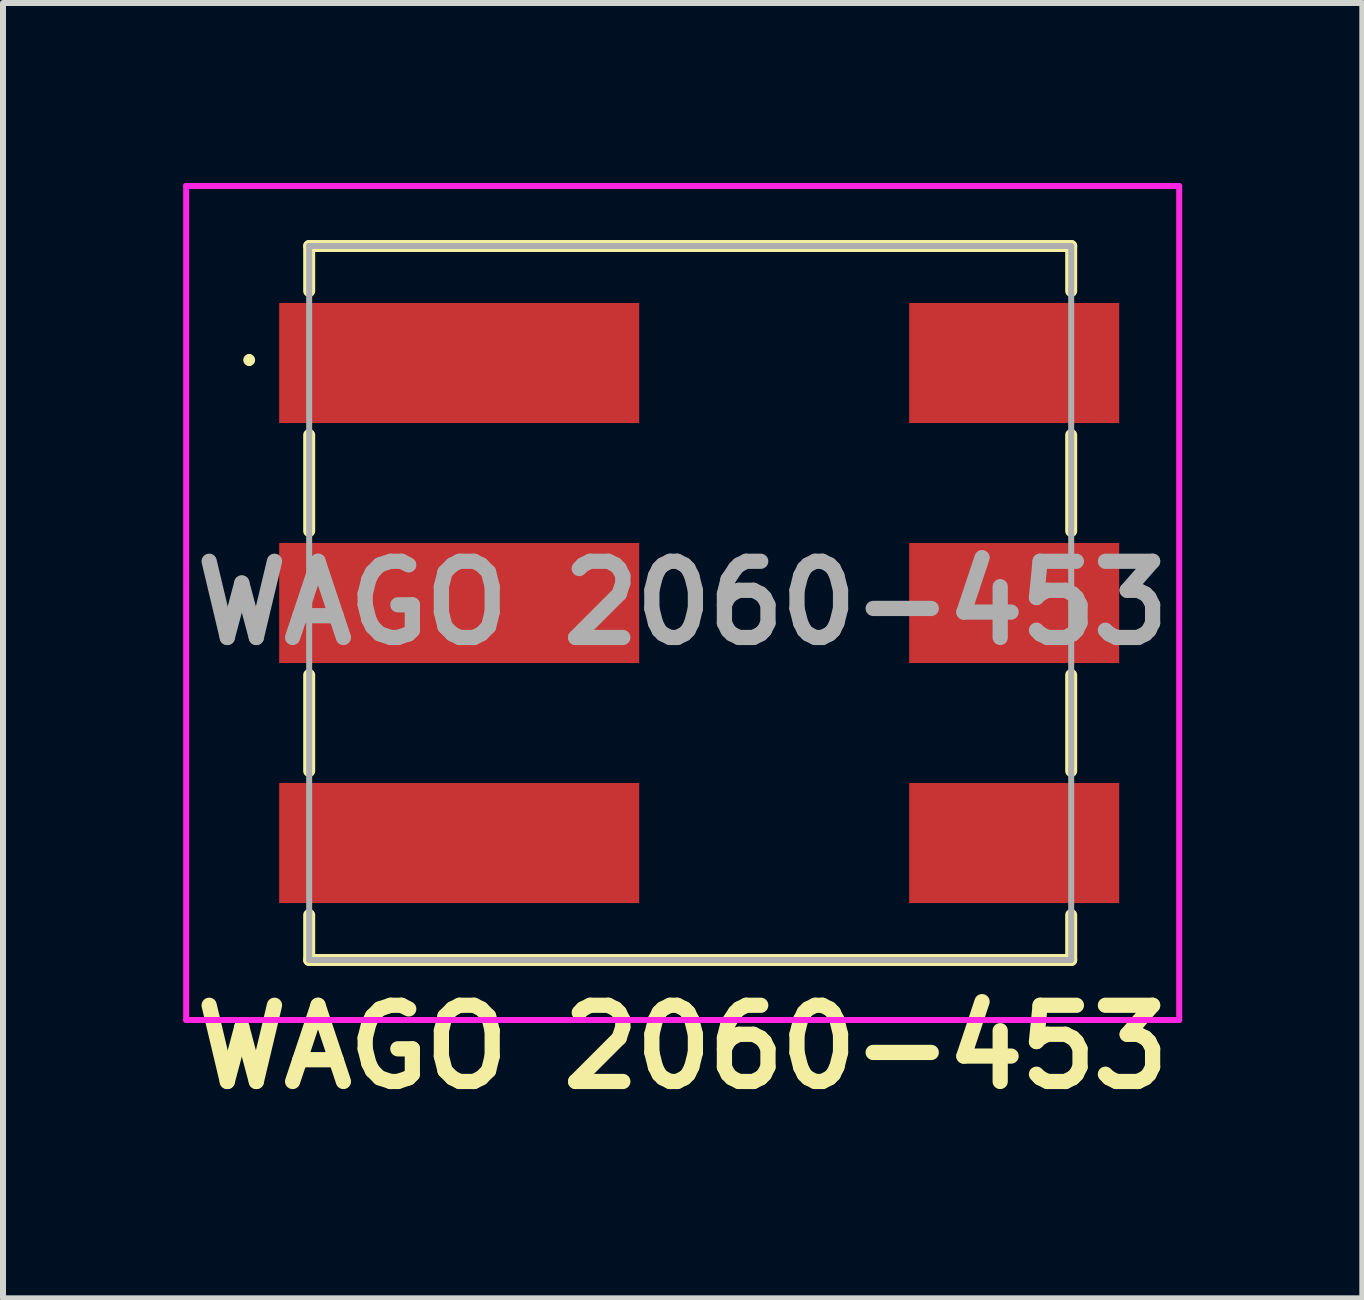
<source format=kicad_pcb>
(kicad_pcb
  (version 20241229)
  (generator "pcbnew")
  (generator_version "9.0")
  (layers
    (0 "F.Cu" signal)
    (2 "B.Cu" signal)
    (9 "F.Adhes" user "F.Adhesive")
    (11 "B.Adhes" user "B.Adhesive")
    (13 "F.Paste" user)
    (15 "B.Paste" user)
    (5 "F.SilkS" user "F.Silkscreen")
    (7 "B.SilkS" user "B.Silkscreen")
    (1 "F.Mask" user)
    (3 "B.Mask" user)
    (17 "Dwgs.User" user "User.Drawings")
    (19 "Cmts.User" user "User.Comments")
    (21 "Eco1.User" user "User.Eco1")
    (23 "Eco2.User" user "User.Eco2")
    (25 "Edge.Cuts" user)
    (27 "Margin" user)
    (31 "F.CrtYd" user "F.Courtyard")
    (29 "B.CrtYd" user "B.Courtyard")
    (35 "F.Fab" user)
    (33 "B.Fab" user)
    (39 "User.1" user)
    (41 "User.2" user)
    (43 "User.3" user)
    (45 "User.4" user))
  (footprint "WAGO 2060-453"
    (layer "F.Cu")
    (at 8.328 7)
    (property "Reference" "WAGO 2060-453" (at 0 7.4 0) (layer "F.SilkS") (effects (font (size 1.27 1.27) (thickness 0.254))))
    (attr smd)
    (fp_line (start -7.225 -4.1) (end -7.225 -4.1) (stroke (width 0.1) (type solid)) (layer "F.SilkS"))
    (fp_line (start -7.225 -4) (end -7.225 -4) (stroke (width 0.1) (type solid)) (layer "F.SilkS"))
    (fp_line (start -6.225 -5.95) (end 6.475 -5.95) (stroke (width 0.2) (type solid)) (layer "F.SilkS"))
    (fp_line (start -6.225 -5.2) (end -6.225 -5.95) (stroke (width 0.2) (type solid)) (layer "F.SilkS"))
    (fp_line (start -6.225 -2.8) (end -6.225 -1.2) (stroke (width 0.2) (type solid)) (layer "F.SilkS"))
    (fp_line (start -6.225 1.2) (end -6.225 2.8) (stroke (width 0.2) (type solid)) (layer "F.SilkS"))
    (fp_line (start -6.225 5.2) (end -6.225 5.95) (stroke (width 0.2) (type solid)) (layer "F.SilkS"))
    (fp_line (start -6.225 5.95) (end 6.475 5.95) (stroke (width 0.2) (type solid)) (layer "F.SilkS"))
    (fp_line (start 6.475 -5.95) (end 6.475 -5.2) (stroke (width 0.2) (type solid)) (layer "F.SilkS"))
    (fp_line (start 6.475 -2.8) (end 6.475 -1.2) (stroke (width 0.2) (type solid)) (layer "F.SilkS"))
    (fp_line (start 6.475 1.2) (end 6.475 2.8) (stroke (width 0.2) (type solid)) (layer "F.SilkS"))
    (fp_line (start 6.475 5.95) (end 6.475 5.2) (stroke (width 0.2) (type solid)) (layer "F.SilkS"))
    (fp_arc (start -7.225 -4.1) (mid -7.175 -4.05) (end -7.225 -4) (stroke (width 0.1) (type solid)) (layer "F.SilkS"))
    (fp_arc (start -7.225 -4) (mid -7.275 -4.05) (end -7.225 -4.1) (stroke (width 0.1) (type solid)) (layer "F.SilkS"))
    (fp_line (start -8.275 -6.95) (end 8.275 -6.95) (stroke (width 0.1) (type solid)) (layer "F.CrtYd"))
    (fp_line (start -8.275 6.95) (end -8.275 -6.95) (stroke (width 0.1) (type solid)) (layer "F.CrtYd"))
    (fp_line (start 8.275 -6.95) (end 8.275 6.95) (stroke (width 0.1) (type solid)) (layer "F.CrtYd"))
    (fp_line (start 8.275 6.95) (end -8.275 6.95) (stroke (width 0.1) (type solid)) (layer "F.CrtYd"))
    (fp_line (start -6.225 -5.95) (end 6.475 -5.95) (stroke (width 0.1) (type solid)) (layer "F.Fab"))
    (fp_line (start -6.225 5.95) (end -6.225 -5.95) (stroke (width 0.1) (type solid)) (layer "F.Fab"))
    (fp_line (start 6.475 -5.95) (end 6.475 5.95) (stroke (width 0.1) (type solid)) (layer "F.Fab"))
    (fp_line (start 6.475 5.95) (end -6.225 5.95) (stroke (width 0.1) (type solid)) (layer "F.Fab"))
    (fp_text user "${REFERENCE}" (at 0 0 0) (layer "F.Fab") (effects (font (size 1.27 1.27) (thickness 0.254))))
    (pad "1" smd rect (at -3.725 -4 90) (size 2 6) (layers "F.Cu" "F.Mask" "F.Paste"))
    (pad "1" smd rect (at 5.525 -4 90) (size 2 3.5) (layers "F.Cu" "F.Mask" "F.Paste"))
    (pad "2" smd rect (at -3.725 0 90) (size 2 6) (layers "F.Cu" "F.Mask" "F.Paste"))
    (pad "2" smd rect (at 5.525 0 90) (size 2 3.5) (layers "F.Cu" "F.Mask" "F.Paste"))
    (pad "3" smd rect (at -3.725 4 90) (size 2 6) (layers "F.Cu" "F.Mask" "F.Paste"))
    (pad "3" smd rect (at 5.525 4 90) (size 2 3.5) (layers "F.Cu" "F.Mask" "F.Paste")))
  (gr_rect
    (start -3 -3)
    (end 19.655 18.589)
    (stroke (width 0.1) (type default))
    (fill no)
    (layer "Edge.Cuts")))
</source>
